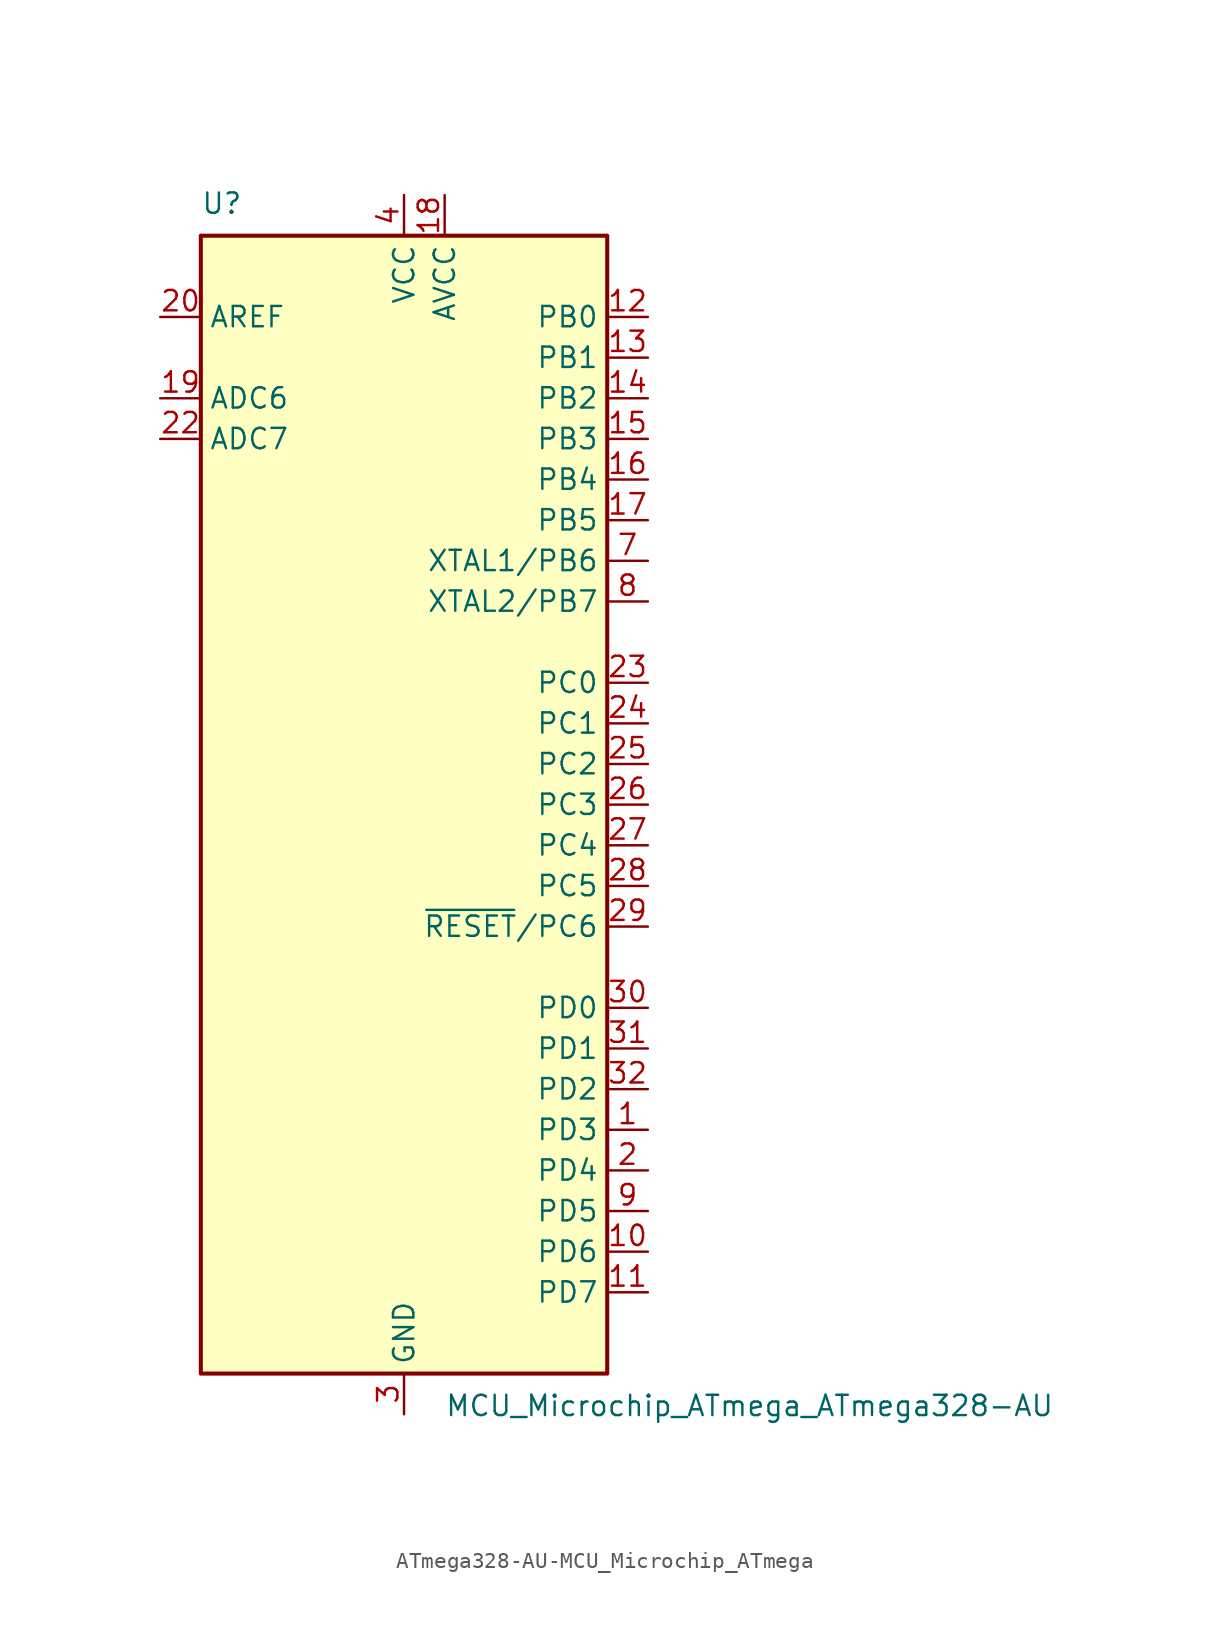
<source format=kicad_sym>
(kicad_symbol_lib
  (version 20231120)
  (generator "kicad_symbol_editor")
  (generator_version "8.0")
  (symbol "ATmega328-AU-MCU_Microchip_ATmega"
    (property "Reference" "U"
      (at -12.7 36.83 0)
      (effects (font (size 1.27 1.27)) (justify left bottom)))
    (property "Value" "MCU_Microchip_ATmega_ATmega328-AU"
      (at 2.54 -36.83 0)
      (effects (font (size 1.27 1.27)) (justify left top)))
    (symbol "ATmega328-AU-MCU_Microchip_ATmega_0_1"
      (rectangle (start -12.7 -35.56) (end 12.7 35.56) (stroke (width 0.254) (type solid)) (fill (type background))))
    (symbol "ATmega328-AU-MCU_Microchip_ATmega_1_1"
      (pin bidirectional line (at 15.24 -20.32 180) (length 2.54) (name "PD3" (effects (font (size 1.27 1.27)))) (number "1" (effects (font (size 1.27 1.27)))))
      (pin bidirectional line (at 15.24 -27.94 180) (length 2.54) (name "PD6" (effects (font (size 1.27 1.27)))) (number "10" (effects (font (size 1.27 1.27)))))
      (pin bidirectional line (at 15.24 -30.48 180) (length 2.54) (name "PD7" (effects (font (size 1.27 1.27)))) (number "11" (effects (font (size 1.27 1.27)))))
      (pin bidirectional line (at 15.24 30.48 180) (length 2.54) (name "PB0" (effects (font (size 1.27 1.27)))) (number "12" (effects (font (size 1.27 1.27)))))
      (pin bidirectional line (at 15.24 27.94 180) (length 2.54) (name "PB1" (effects (font (size 1.27 1.27)))) (number "13" (effects (font (size 1.27 1.27)))))
      (pin bidirectional line (at 15.24 25.4 180) (length 2.54) (name "PB2" (effects (font (size 1.27 1.27)))) (number "14" (effects (font (size 1.27 1.27)))))
      (pin bidirectional line (at 15.24 22.86 180) (length 2.54) (name "PB3" (effects (font (size 1.27 1.27)))) (number "15" (effects (font (size 1.27 1.27)))))
      (pin bidirectional line (at 15.24 20.32 180) (length 2.54) (name "PB4" (effects (font (size 1.27 1.27)))) (number "16" (effects (font (size 1.27 1.27)))))
      (pin bidirectional line (at 15.24 17.78 180) (length 2.54) (name "PB5" (effects (font (size 1.27 1.27)))) (number "17" (effects (font (size 1.27 1.27)))))
      (pin power_in line (at 2.54 38.1 270) (length 2.54) (name "AVCC" (effects (font (size 1.27 1.27)))) (number "18" (effects (font (size 1.27 1.27)))))
      (pin input line (at -15.24 25.4 0) (length 2.54) (name "ADC6" (effects (font (size 1.27 1.27)))) (number "19" (effects (font (size 1.27 1.27)))))
      (pin bidirectional line (at 15.24 -22.86 180) (length 2.54) (name "PD4" (effects (font (size 1.27 1.27)))) (number "2" (effects (font (size 1.27 1.27)))))
      (pin passive line (at -15.24 30.48 0) (length 2.54) (name "AREF" (effects (font (size 1.27 1.27)))) (number "20" (effects (font (size 1.27 1.27)))))
      (pin passive line (at 0 -38.1 90) (length 2.54) hide (name "GND" (effects (font (size 1.27 1.27)))) (number "21" (effects (font (size 1.27 1.27)))))
      (pin input line (at -15.24 22.86 0) (length 2.54) (name "ADC7" (effects (font (size 1.27 1.27)))) (number "22" (effects (font (size 1.27 1.27)))))
      (pin bidirectional line (at 15.24 7.62 180) (length 2.54) (name "PC0" (effects (font (size 1.27 1.27)))) (number "23" (effects (font (size 1.27 1.27)))))
      (pin bidirectional line (at 15.24 5.08 180) (length 2.54) (name "PC1" (effects (font (size 1.27 1.27)))) (number "24" (effects (font (size 1.27 1.27)))))
      (pin bidirectional line (at 15.24 2.54 180) (length 2.54) (name "PC2" (effects (font (size 1.27 1.27)))) (number "25" (effects (font (size 1.27 1.27)))))
      (pin bidirectional line (at 15.24 0 180) (length 2.54) (name "PC3" (effects (font (size 1.27 1.27)))) (number "26" (effects (font (size 1.27 1.27)))))
      (pin bidirectional line (at 15.24 -2.54 180) (length 2.54) (name "PC4" (effects (font (size 1.27 1.27)))) (number "27" (effects (font (size 1.27 1.27)))))
      (pin bidirectional line (at 15.24 -5.08 180) (length 2.54) (name "PC5" (effects (font (size 1.27 1.27)))) (number "28" (effects (font (size 1.27 1.27)))))
      (pin bidirectional line (at 15.24 -7.62 180) (length 2.54) (name "~{RESET}/PC6" (effects (font (size 1.27 1.27)))) (number "29" (effects (font (size 1.27 1.27)))))
      (pin power_in line (at 0 -38.1 90) (length 2.54) (name "GND" (effects (font (size 1.27 1.27)))) (number "3" (effects (font (size 1.27 1.27)))))
      (pin bidirectional line (at 15.24 -12.7 180) (length 2.54) (name "PD0" (effects (font (size 1.27 1.27)))) (number "30" (effects (font (size 1.27 1.27)))))
      (pin bidirectional line (at 15.24 -15.24 180) (length 2.54) (name "PD1" (effects (font (size 1.27 1.27)))) (number "31" (effects (font (size 1.27 1.27)))))
      (pin bidirectional line (at 15.24 -17.78 180) (length 2.54) (name "PD2" (effects (font (size 1.27 1.27)))) (number "32" (effects (font (size 1.27 1.27)))))
      (pin power_in line (at 0 38.1 270) (length 2.54) (name "VCC" (effects (font (size 1.27 1.27)))) (number "4" (effects (font (size 1.27 1.27)))))
      (pin passive line (at 0 -38.1 90) (length 2.54) hide (name "GND" (effects (font (size 1.27 1.27)))) (number "5" (effects (font (size 1.27 1.27)))))
      (pin passive line (at 0 38.1 270) (length 2.54) hide (name "VCC" (effects (font (size 1.27 1.27)))) (number "6" (effects (font (size 1.27 1.27)))))
      (pin bidirectional line (at 15.24 15.24 180) (length 2.54) (name "XTAL1/PB6" (effects (font (size 1.27 1.27)))) (number "7" (effects (font (size 1.27 1.27)))))
      (pin bidirectional line (at 15.24 12.7 180) (length 2.54) (name "XTAL2/PB7" (effects (font (size 1.27 1.27)))) (number "8" (effects (font (size 1.27 1.27)))))
      (pin bidirectional line (at 15.24 -25.4 180) (length 2.54) (name "PD5" (effects (font (size 1.27 1.27)))) (number "9" (effects (font (size 1.27 1.27))))))))
</source>
